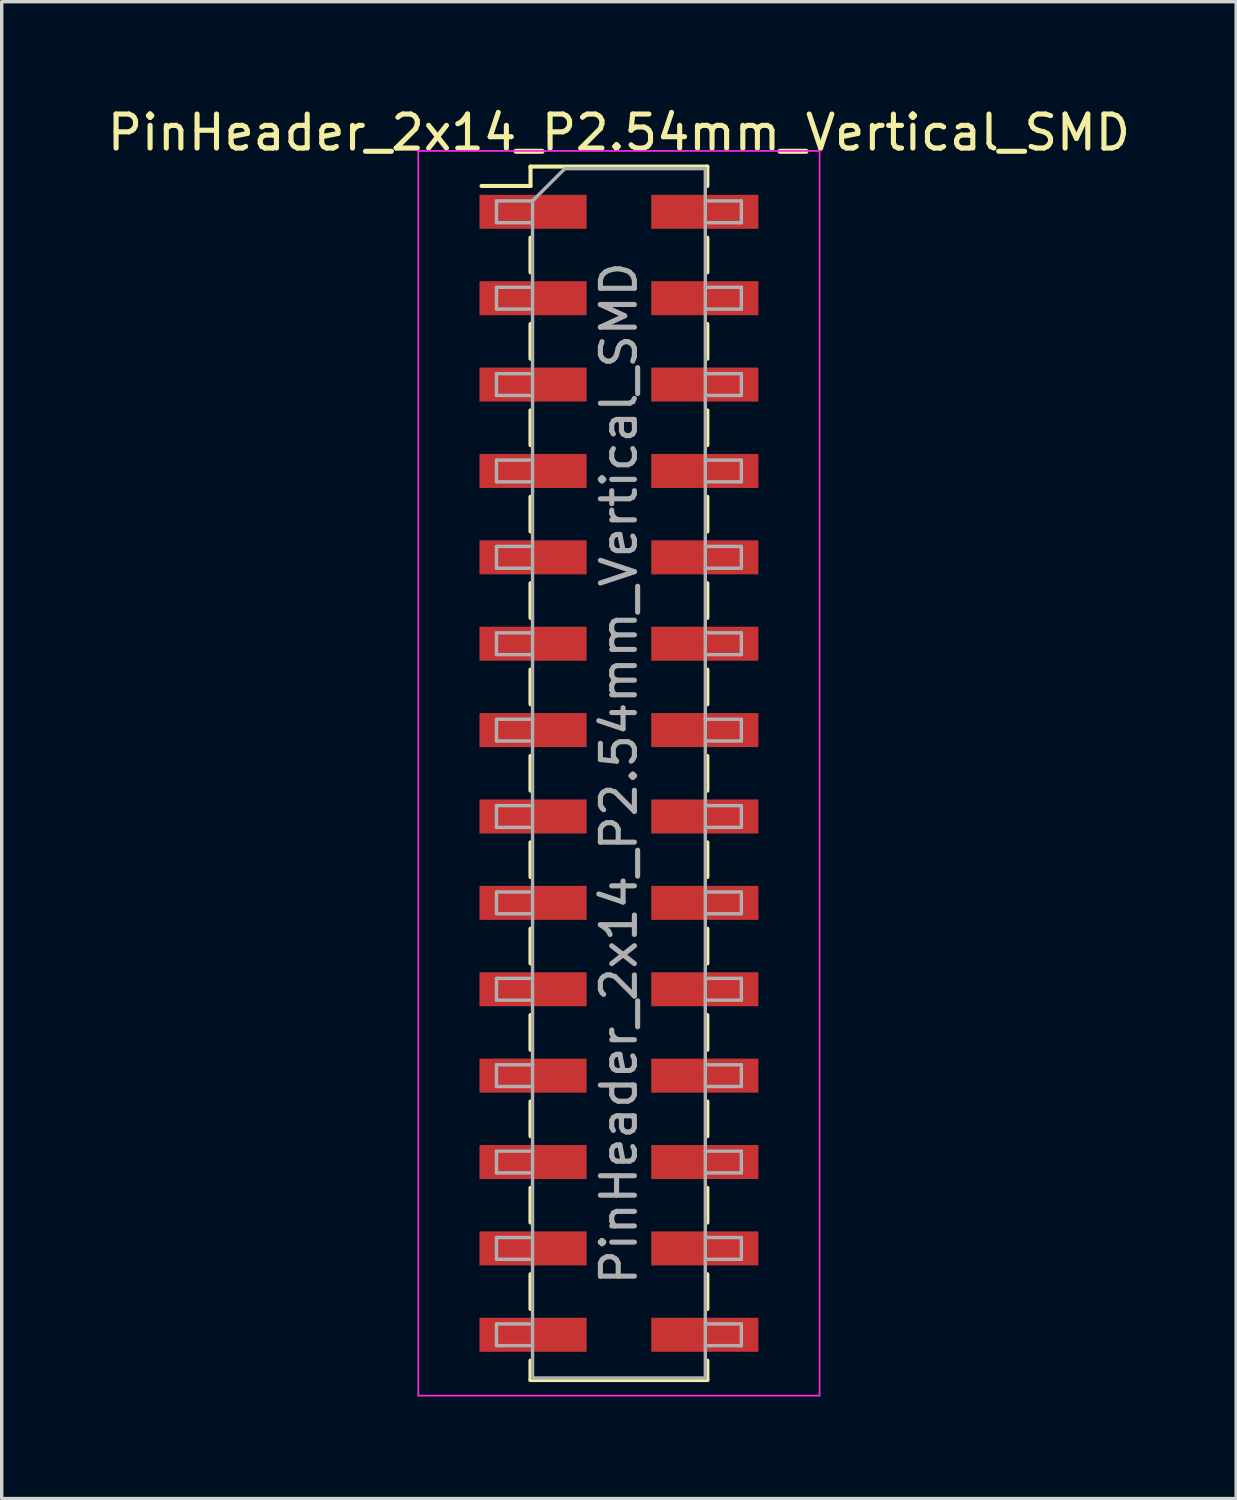
<source format=kicad_pcb>
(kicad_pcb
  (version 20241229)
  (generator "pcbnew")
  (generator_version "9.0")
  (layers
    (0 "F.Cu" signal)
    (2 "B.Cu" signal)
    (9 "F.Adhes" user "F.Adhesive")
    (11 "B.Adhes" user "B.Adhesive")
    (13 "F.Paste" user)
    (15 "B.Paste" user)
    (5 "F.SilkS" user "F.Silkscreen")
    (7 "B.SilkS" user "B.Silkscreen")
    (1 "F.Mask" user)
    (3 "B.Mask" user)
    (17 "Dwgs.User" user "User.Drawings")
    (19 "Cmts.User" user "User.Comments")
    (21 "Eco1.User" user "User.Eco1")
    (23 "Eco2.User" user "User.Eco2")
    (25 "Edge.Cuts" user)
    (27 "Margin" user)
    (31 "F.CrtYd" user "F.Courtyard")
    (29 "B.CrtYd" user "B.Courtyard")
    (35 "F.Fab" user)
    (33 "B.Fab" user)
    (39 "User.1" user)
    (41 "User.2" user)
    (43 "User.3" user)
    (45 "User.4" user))
  (footprint "PinHeader_2x14_P2.54mm_Vertical_SMD"
    (layer "F.Cu")
    (at 15.149 19.688)
    (property "Reference" "PinHeader_2x14_P2.54mm_Vertical_SMD" (at 0 -18.84 0) (layer "F.SilkS") (effects (font (size 1 1) (thickness 0.15))))
    (attr smd)
    (fp_line (start -4.04 -17.27) (end -2.6 -17.27) (stroke (width 0.12) (type solid)) (layer "F.SilkS"))
    (fp_line (start -2.6 -17.84) (end -2.6 -17.27) (stroke (width 0.12) (type solid)) (layer "F.SilkS"))
    (fp_line (start -2.6 -17.84) (end 2.6 -17.84) (stroke (width 0.12) (type solid)) (layer "F.SilkS"))
    (fp_line (start -2.6 -15.75) (end -2.6 -14.73) (stroke (width 0.12) (type solid)) (layer "F.SilkS"))
    (fp_line (start -2.6 -13.21) (end -2.6 -12.19) (stroke (width 0.12) (type solid)) (layer "F.SilkS"))
    (fp_line (start -2.6 -10.67) (end -2.6 -9.65) (stroke (width 0.12) (type solid)) (layer "F.SilkS"))
    (fp_line (start -2.6 -8.13) (end -2.6 -7.11) (stroke (width 0.12) (type solid)) (layer "F.SilkS"))
    (fp_line (start -2.6 -5.59) (end -2.6 -4.57) (stroke (width 0.12) (type solid)) (layer "F.SilkS"))
    (fp_line (start -2.6 -3.05) (end -2.6 -2.03) (stroke (width 0.12) (type solid)) (layer "F.SilkS"))
    (fp_line (start -2.6 -0.51) (end -2.6 0.51) (stroke (width 0.12) (type solid)) (layer "F.SilkS"))
    (fp_line (start -2.6 2.03) (end -2.6 3.05) (stroke (width 0.12) (type solid)) (layer "F.SilkS"))
    (fp_line (start -2.6 4.57) (end -2.6 5.59) (stroke (width 0.12) (type solid)) (layer "F.SilkS"))
    (fp_line (start -2.6 7.11) (end -2.6 8.13) (stroke (width 0.12) (type solid)) (layer "F.SilkS"))
    (fp_line (start -2.6 9.65) (end -2.6 10.67) (stroke (width 0.12) (type solid)) (layer "F.SilkS"))
    (fp_line (start -2.6 12.19) (end -2.6 13.21) (stroke (width 0.12) (type solid)) (layer "F.SilkS"))
    (fp_line (start -2.6 14.73) (end -2.6 15.75) (stroke (width 0.12) (type solid)) (layer "F.SilkS"))
    (fp_line (start -2.6 17.27) (end -2.6 17.84) (stroke (width 0.12) (type solid)) (layer "F.SilkS"))
    (fp_line (start -2.6 17.84) (end 2.6 17.84) (stroke (width 0.12) (type solid)) (layer "F.SilkS"))
    (fp_line (start 2.6 -17.84) (end 2.6 -17.27) (stroke (width 0.12) (type solid)) (layer "F.SilkS"))
    (fp_line (start 2.6 -15.75) (end 2.6 -14.73) (stroke (width 0.12) (type solid)) (layer "F.SilkS"))
    (fp_line (start 2.6 -13.21) (end 2.6 -12.19) (stroke (width 0.12) (type solid)) (layer "F.SilkS"))
    (fp_line (start 2.6 -10.67) (end 2.6 -9.65) (stroke (width 0.12) (type solid)) (layer "F.SilkS"))
    (fp_line (start 2.6 -8.13) (end 2.6 -7.11) (stroke (width 0.12) (type solid)) (layer "F.SilkS"))
    (fp_line (start 2.6 -5.59) (end 2.6 -4.57) (stroke (width 0.12) (type solid)) (layer "F.SilkS"))
    (fp_line (start 2.6 -3.05) (end 2.6 -2.03) (stroke (width 0.12) (type solid)) (layer "F.SilkS"))
    (fp_line (start 2.6 -0.51) (end 2.6 0.51) (stroke (width 0.12) (type solid)) (layer "F.SilkS"))
    (fp_line (start 2.6 2.03) (end 2.6 3.05) (stroke (width 0.12) (type solid)) (layer "F.SilkS"))
    (fp_line (start 2.6 4.57) (end 2.6 5.59) (stroke (width 0.12) (type solid)) (layer "F.SilkS"))
    (fp_line (start 2.6 7.11) (end 2.6 8.13) (stroke (width 0.12) (type solid)) (layer "F.SilkS"))
    (fp_line (start 2.6 9.65) (end 2.6 10.67) (stroke (width 0.12) (type solid)) (layer "F.SilkS"))
    (fp_line (start 2.6 12.19) (end 2.6 13.21) (stroke (width 0.12) (type solid)) (layer "F.SilkS"))
    (fp_line (start 2.6 14.73) (end 2.6 15.75) (stroke (width 0.12) (type solid)) (layer "F.SilkS"))
    (fp_line (start 2.6 17.27) (end 2.6 17.84) (stroke (width 0.12) (type solid)) (layer "F.SilkS"))
    (fp_line (start -5.9 -18.3) (end -5.9 18.3) (stroke (width 0.05) (type solid)) (layer "F.CrtYd"))
    (fp_line (start -5.9 18.3) (end 5.9 18.3) (stroke (width 0.05) (type solid)) (layer "F.CrtYd"))
    (fp_line (start 5.9 -18.3) (end -5.9 -18.3) (stroke (width 0.05) (type solid)) (layer "F.CrtYd"))
    (fp_line (start 5.9 18.3) (end 5.9 -18.3) (stroke (width 0.05) (type solid)) (layer "F.CrtYd"))
    (fp_line (start -3.6 -16.83) (end -3.6 -16.19) (stroke (width 0.1) (type solid)) (layer "F.Fab"))
    (fp_line (start -3.6 -16.19) (end -2.54 -16.19) (stroke (width 0.1) (type solid)) (layer "F.Fab"))
    (fp_line (start -3.6 -14.29) (end -3.6 -13.65) (stroke (width 0.1) (type solid)) (layer "F.Fab"))
    (fp_line (start -3.6 -13.65) (end -2.54 -13.65) (stroke (width 0.1) (type solid)) (layer "F.Fab"))
    (fp_line (start -3.6 -11.75) (end -3.6 -11.11) (stroke (width 0.1) (type solid)) (layer "F.Fab"))
    (fp_line (start -3.6 -11.11) (end -2.54 -11.11) (stroke (width 0.1) (type solid)) (layer "F.Fab"))
    (fp_line (start -3.6 -9.21) (end -3.6 -8.57) (stroke (width 0.1) (type solid)) (layer "F.Fab"))
    (fp_line (start -3.6 -8.57) (end -2.54 -8.57) (stroke (width 0.1) (type solid)) (layer "F.Fab"))
    (fp_line (start -3.6 -6.67) (end -3.6 -6.03) (stroke (width 0.1) (type solid)) (layer "F.Fab"))
    (fp_line (start -3.6 -6.03) (end -2.54 -6.03) (stroke (width 0.1) (type solid)) (layer "F.Fab"))
    (fp_line (start -3.6 -4.13) (end -3.6 -3.49) (stroke (width 0.1) (type solid)) (layer "F.Fab"))
    (fp_line (start -3.6 -3.49) (end -2.54 -3.49) (stroke (width 0.1) (type solid)) (layer "F.Fab"))
    (fp_line (start -3.6 -1.59) (end -3.6 -0.95) (stroke (width 0.1) (type solid)) (layer "F.Fab"))
    (fp_line (start -3.6 -0.95) (end -2.54 -0.95) (stroke (width 0.1) (type solid)) (layer "F.Fab"))
    (fp_line (start -3.6 0.95) (end -3.6 1.59) (stroke (width 0.1) (type solid)) (layer "F.Fab"))
    (fp_line (start -3.6 1.59) (end -2.54 1.59) (stroke (width 0.1) (type solid)) (layer "F.Fab"))
    (fp_line (start -3.6 3.49) (end -3.6 4.13) (stroke (width 0.1) (type solid)) (layer "F.Fab"))
    (fp_line (start -3.6 4.13) (end -2.54 4.13) (stroke (width 0.1) (type solid)) (layer "F.Fab"))
    (fp_line (start -3.6 6.03) (end -3.6 6.67) (stroke (width 0.1) (type solid)) (layer "F.Fab"))
    (fp_line (start -3.6 6.67) (end -2.54 6.67) (stroke (width 0.1) (type solid)) (layer "F.Fab"))
    (fp_line (start -3.6 8.57) (end -3.6 9.21) (stroke (width 0.1) (type solid)) (layer "F.Fab"))
    (fp_line (start -3.6 9.21) (end -2.54 9.21) (stroke (width 0.1) (type solid)) (layer "F.Fab"))
    (fp_line (start -3.6 11.11) (end -3.6 11.75) (stroke (width 0.1) (type solid)) (layer "F.Fab"))
    (fp_line (start -3.6 11.75) (end -2.54 11.75) (stroke (width 0.1) (type solid)) (layer "F.Fab"))
    (fp_line (start -3.6 13.65) (end -3.6 14.29) (stroke (width 0.1) (type solid)) (layer "F.Fab"))
    (fp_line (start -3.6 14.29) (end -2.54 14.29) (stroke (width 0.1) (type solid)) (layer "F.Fab"))
    (fp_line (start -3.6 16.19) (end -3.6 16.83) (stroke (width 0.1) (type solid)) (layer "F.Fab"))
    (fp_line (start -3.6 16.83) (end -2.54 16.83) (stroke (width 0.1) (type solid)) (layer "F.Fab"))
    (fp_line (start -2.54 -16.83) (end -3.6 -16.83) (stroke (width 0.1) (type solid)) (layer "F.Fab"))
    (fp_line (start -2.54 -16.83) (end -1.59 -17.78) (stroke (width 0.1) (type solid)) (layer "F.Fab"))
    (fp_line (start -2.54 -14.29) (end -3.6 -14.29) (stroke (width 0.1) (type solid)) (layer "F.Fab"))
    (fp_line (start -2.54 -11.75) (end -3.6 -11.75) (stroke (width 0.1) (type solid)) (layer "F.Fab"))
    (fp_line (start -2.54 -9.21) (end -3.6 -9.21) (stroke (width 0.1) (type solid)) (layer "F.Fab"))
    (fp_line (start -2.54 -6.67) (end -3.6 -6.67) (stroke (width 0.1) (type solid)) (layer "F.Fab"))
    (fp_line (start -2.54 -4.13) (end -3.6 -4.13) (stroke (width 0.1) (type solid)) (layer "F.Fab"))
    (fp_line (start -2.54 -1.59) (end -3.6 -1.59) (stroke (width 0.1) (type solid)) (layer "F.Fab"))
    (fp_line (start -2.54 0.95) (end -3.6 0.95) (stroke (width 0.1) (type solid)) (layer "F.Fab"))
    (fp_line (start -2.54 3.49) (end -3.6 3.49) (stroke (width 0.1) (type solid)) (layer "F.Fab"))
    (fp_line (start -2.54 6.03) (end -3.6 6.03) (stroke (width 0.1) (type solid)) (layer "F.Fab"))
    (fp_line (start -2.54 8.57) (end -3.6 8.57) (stroke (width 0.1) (type solid)) (layer "F.Fab"))
    (fp_line (start -2.54 11.11) (end -3.6 11.11) (stroke (width 0.1) (type solid)) (layer "F.Fab"))
    (fp_line (start -2.54 13.65) (end -3.6 13.65) (stroke (width 0.1) (type solid)) (layer "F.Fab"))
    (fp_line (start -2.54 16.19) (end -3.6 16.19) (stroke (width 0.1) (type solid)) (layer "F.Fab"))
    (fp_line (start -2.54 17.78) (end -2.54 -16.83) (stroke (width 0.1) (type solid)) (layer "F.Fab"))
    (fp_line (start -1.59 -17.78) (end 2.54 -17.78) (stroke (width 0.1) (type solid)) (layer "F.Fab"))
    (fp_line (start 2.54 -17.78) (end 2.54 17.78) (stroke (width 0.1) (type solid)) (layer "F.Fab"))
    (fp_line (start 2.54 -16.83) (end 3.6 -16.83) (stroke (width 0.1) (type solid)) (layer "F.Fab"))
    (fp_line (start 2.54 -14.29) (end 3.6 -14.29) (stroke (width 0.1) (type solid)) (layer "F.Fab"))
    (fp_line (start 2.54 -11.75) (end 3.6 -11.75) (stroke (width 0.1) (type solid)) (layer "F.Fab"))
    (fp_line (start 2.54 -9.21) (end 3.6 -9.21) (stroke (width 0.1) (type solid)) (layer "F.Fab"))
    (fp_line (start 2.54 -6.67) (end 3.6 -6.67) (stroke (width 0.1) (type solid)) (layer "F.Fab"))
    (fp_line (start 2.54 -4.13) (end 3.6 -4.13) (stroke (width 0.1) (type solid)) (layer "F.Fab"))
    (fp_line (start 2.54 -1.59) (end 3.6 -1.59) (stroke (width 0.1) (type solid)) (layer "F.Fab"))
    (fp_line (start 2.54 0.95) (end 3.6 0.95) (stroke (width 0.1) (type solid)) (layer "F.Fab"))
    (fp_line (start 2.54 3.49) (end 3.6 3.49) (stroke (width 0.1) (type solid)) (layer "F.Fab"))
    (fp_line (start 2.54 6.03) (end 3.6 6.03) (stroke (width 0.1) (type solid)) (layer "F.Fab"))
    (fp_line (start 2.54 8.57) (end 3.6 8.57) (stroke (width 0.1) (type solid)) (layer "F.Fab"))
    (fp_line (start 2.54 11.11) (end 3.6 11.11) (stroke (width 0.1) (type solid)) (layer "F.Fab"))
    (fp_line (start 2.54 13.65) (end 3.6 13.65) (stroke (width 0.1) (type solid)) (layer "F.Fab"))
    (fp_line (start 2.54 16.19) (end 3.6 16.19) (stroke (width 0.1) (type solid)) (layer "F.Fab"))
    (fp_line (start 2.54 17.78) (end -2.54 17.78) (stroke (width 0.1) (type solid)) (layer "F.Fab"))
    (fp_line (start 3.6 -16.83) (end 3.6 -16.19) (stroke (width 0.1) (type solid)) (layer "F.Fab"))
    (fp_line (start 3.6 -16.19) (end 2.54 -16.19) (stroke (width 0.1) (type solid)) (layer "F.Fab"))
    (fp_line (start 3.6 -14.29) (end 3.6 -13.65) (stroke (width 0.1) (type solid)) (layer "F.Fab"))
    (fp_line (start 3.6 -13.65) (end 2.54 -13.65) (stroke (width 0.1) (type solid)) (layer "F.Fab"))
    (fp_line (start 3.6 -11.75) (end 3.6 -11.11) (stroke (width 0.1) (type solid)) (layer "F.Fab"))
    (fp_line (start 3.6 -11.11) (end 2.54 -11.11) (stroke (width 0.1) (type solid)) (layer "F.Fab"))
    (fp_line (start 3.6 -9.21) (end 3.6 -8.57) (stroke (width 0.1) (type solid)) (layer "F.Fab"))
    (fp_line (start 3.6 -8.57) (end 2.54 -8.57) (stroke (width 0.1) (type solid)) (layer "F.Fab"))
    (fp_line (start 3.6 -6.67) (end 3.6 -6.03) (stroke (width 0.1) (type solid)) (layer "F.Fab"))
    (fp_line (start 3.6 -6.03) (end 2.54 -6.03) (stroke (width 0.1) (type solid)) (layer "F.Fab"))
    (fp_line (start 3.6 -4.13) (end 3.6 -3.49) (stroke (width 0.1) (type solid)) (layer "F.Fab"))
    (fp_line (start 3.6 -3.49) (end 2.54 -3.49) (stroke (width 0.1) (type solid)) (layer "F.Fab"))
    (fp_line (start 3.6 -1.59) (end 3.6 -0.95) (stroke (width 0.1) (type solid)) (layer "F.Fab"))
    (fp_line (start 3.6 -0.95) (end 2.54 -0.95) (stroke (width 0.1) (type solid)) (layer "F.Fab"))
    (fp_line (start 3.6 0.95) (end 3.6 1.59) (stroke (width 0.1) (type solid)) (layer "F.Fab"))
    (fp_line (start 3.6 1.59) (end 2.54 1.59) (stroke (width 0.1) (type solid)) (layer "F.Fab"))
    (fp_line (start 3.6 3.49) (end 3.6 4.13) (stroke (width 0.1) (type solid)) (layer "F.Fab"))
    (fp_line (start 3.6 4.13) (end 2.54 4.13) (stroke (width 0.1) (type solid)) (layer "F.Fab"))
    (fp_line (start 3.6 6.03) (end 3.6 6.67) (stroke (width 0.1) (type solid)) (layer "F.Fab"))
    (fp_line (start 3.6 6.67) (end 2.54 6.67) (stroke (width 0.1) (type solid)) (layer "F.Fab"))
    (fp_line (start 3.6 8.57) (end 3.6 9.21) (stroke (width 0.1) (type solid)) (layer "F.Fab"))
    (fp_line (start 3.6 9.21) (end 2.54 9.21) (stroke (width 0.1) (type solid)) (layer "F.Fab"))
    (fp_line (start 3.6 11.11) (end 3.6 11.75) (stroke (width 0.1) (type solid)) (layer "F.Fab"))
    (fp_line (start 3.6 11.75) (end 2.54 11.75) (stroke (width 0.1) (type solid)) (layer "F.Fab"))
    (fp_line (start 3.6 13.65) (end 3.6 14.29) (stroke (width 0.1) (type solid)) (layer "F.Fab"))
    (fp_line (start 3.6 14.29) (end 2.54 14.29) (stroke (width 0.1) (type solid)) (layer "F.Fab"))
    (fp_line (start 3.6 16.19) (end 3.6 16.83) (stroke (width 0.1) (type solid)) (layer "F.Fab"))
    (fp_line (start 3.6 16.83) (end 2.54 16.83) (stroke (width 0.1) (type solid)) (layer "F.Fab"))
    (fp_text user "${REFERENCE}" (at 0 0 90) (layer "F.Fab") (effects (font (size 1 1) (thickness 0.15))))
    (pad "1" smd rect (at -2.525 -16.51) (size 3.15 1) (layers "F.Cu" "F.Mask" "F.Paste"))
    (pad "2" smd rect (at 2.525 -16.51) (size 3.15 1) (layers "F.Cu" "F.Mask" "F.Paste"))
    (pad "3" smd rect (at -2.525 -13.97) (size 3.15 1) (layers "F.Cu" "F.Mask" "F.Paste"))
    (pad "4" smd rect (at 2.525 -13.97) (size 3.15 1) (layers "F.Cu" "F.Mask" "F.Paste"))
    (pad "5" smd rect (at -2.525 -11.43) (size 3.15 1) (layers "F.Cu" "F.Mask" "F.Paste"))
    (pad "6" smd rect (at 2.525 -11.43) (size 3.15 1) (layers "F.Cu" "F.Mask" "F.Paste"))
    (pad "7" smd rect (at -2.525 -8.89) (size 3.15 1) (layers "F.Cu" "F.Mask" "F.Paste"))
    (pad "8" smd rect (at 2.525 -8.89) (size 3.15 1) (layers "F.Cu" "F.Mask" "F.Paste"))
    (pad "9" smd rect (at -2.525 -6.35) (size 3.15 1) (layers "F.Cu" "F.Mask" "F.Paste"))
    (pad "10" smd rect (at 2.525 -6.35) (size 3.15 1) (layers "F.Cu" "F.Mask" "F.Paste"))
    (pad "11" smd rect (at -2.525 -3.81) (size 3.15 1) (layers "F.Cu" "F.Mask" "F.Paste"))
    (pad "12" smd rect (at 2.525 -3.81) (size 3.15 1) (layers "F.Cu" "F.Mask" "F.Paste"))
    (pad "13" smd rect (at -2.525 -1.27) (size 3.15 1) (layers "F.Cu" "F.Mask" "F.Paste"))
    (pad "14" smd rect (at 2.525 -1.27) (size 3.15 1) (layers "F.Cu" "F.Mask" "F.Paste"))
    (pad "15" smd rect (at -2.525 1.27) (size 3.15 1) (layers "F.Cu" "F.Mask" "F.Paste"))
    (pad "16" smd rect (at 2.525 1.27) (size 3.15 1) (layers "F.Cu" "F.Mask" "F.Paste"))
    (pad "17" smd rect (at -2.525 3.81) (size 3.15 1) (layers "F.Cu" "F.Mask" "F.Paste"))
    (pad "18" smd rect (at 2.525 3.81) (size 3.15 1) (layers "F.Cu" "F.Mask" "F.Paste"))
    (pad "19" smd rect (at -2.525 6.35) (size 3.15 1) (layers "F.Cu" "F.Mask" "F.Paste"))
    (pad "20" smd rect (at 2.525 6.35) (size 3.15 1) (layers "F.Cu" "F.Mask" "F.Paste"))
    (pad "21" smd rect (at -2.525 8.89) (size 3.15 1) (layers "F.Cu" "F.Mask" "F.Paste"))
    (pad "22" smd rect (at 2.525 8.89) (size 3.15 1) (layers "F.Cu" "F.Mask" "F.Paste"))
    (pad "23" smd rect (at -2.525 11.43) (size 3.15 1) (layers "F.Cu" "F.Mask" "F.Paste"))
    (pad "24" smd rect (at 2.525 11.43) (size 3.15 1) (layers "F.Cu" "F.Mask" "F.Paste"))
    (pad "25" smd rect (at -2.525 13.97) (size 3.15 1) (layers "F.Cu" "F.Mask" "F.Paste"))
    (pad "26" smd rect (at 2.525 13.97) (size 3.15 1) (layers "F.Cu" "F.Mask" "F.Paste"))
    (pad "27" smd rect (at -2.525 16.51) (size 3.15 1) (layers "F.Cu" "F.Mask" "F.Paste"))
    (pad "28" smd rect (at 2.525 16.51) (size 3.15 1) (layers "F.Cu" "F.Mask" "F.Paste")))
  (gr_rect
    (start -3 -3)
    (end 33.298 41.013)
    (stroke (width 0.1) (type default))
    (fill no)
    (layer "Edge.Cuts")))
</source>
